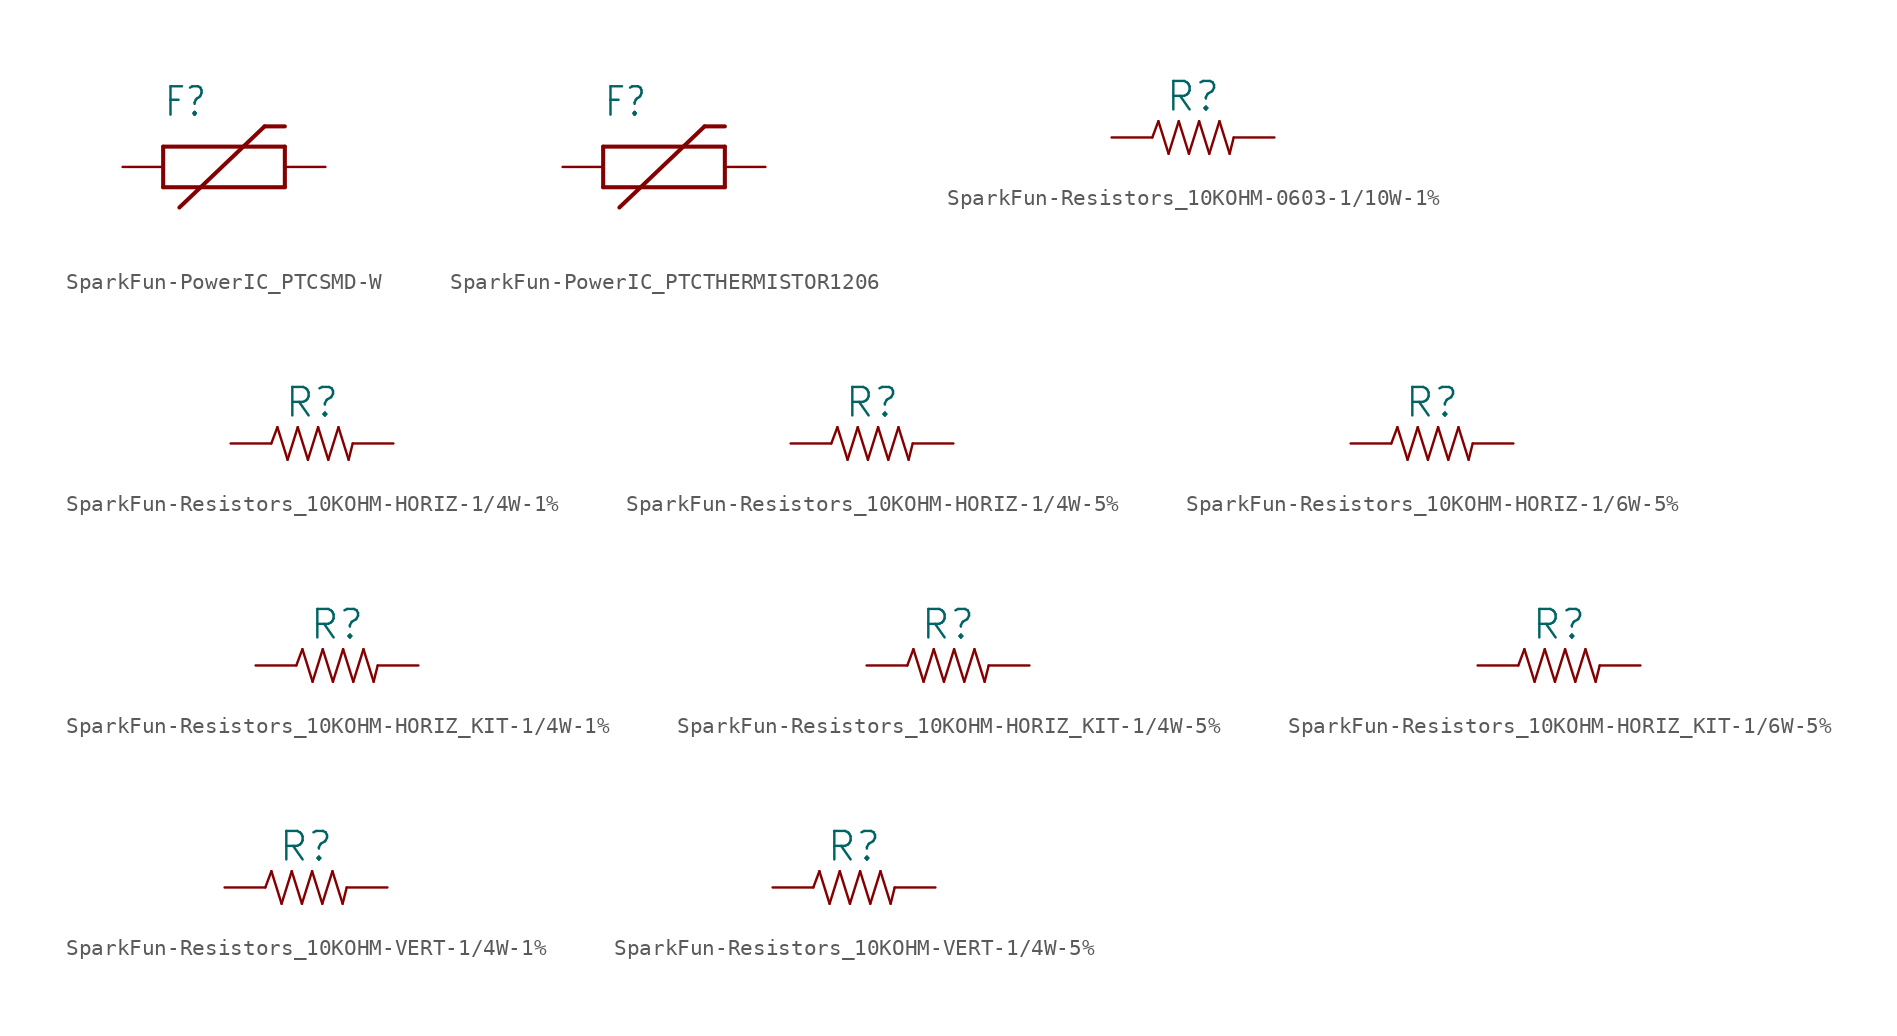
<source format=kicad_sym>
(kicad_symbol_lib
  (version 20241209)
  (generator "kicad_symbol_editor")
  (generator_version "9.0")
  (symbol "SparkFun-PowerIC_PTCSMD-W"
    (property "Reference" "F"
      (at -2.54 3.048 0)
      (effects (font (size 1.778 1.511)) (justify left bottom)))
    (property "Value" ""
      (at -3.302 -5.08 0)
      (effects (font (size 1.778 1.511)) (justify left bottom)))
    (property "ki_locked" ""
      (at 0 0 0)
      (effects (font (size 1.27 1.27))))
    (symbol "SparkFun-PowerIC_PTCSMD-W_1_0"
      (polyline (pts (xy -2.54 1.27) (xy 5.08 1.27)) (stroke (width 0.254) (type solid)) (fill (type none)))
      (polyline (pts (xy -2.54 -1.27) (xy -2.54 1.27)) (stroke (width 0.254) (type solid)) (fill (type none)))
      (polyline (pts (xy -1.524 -2.54) (xy 3.81 2.54)) (stroke (width 0.254) (type solid)) (fill (type none)))
      (polyline (pts (xy 3.81 2.54) (xy 5.08 2.54)) (stroke (width 0.254) (type solid)) (fill (type none)))
      (polyline (pts (xy 5.08 1.27) (xy 5.08 -1.27)) (stroke (width 0.254) (type solid)) (fill (type none)))
      (polyline (pts (xy 5.08 -1.27) (xy -2.54 -1.27)) (stroke (width 0.254) (type solid)) (fill (type none)))
      (pin bidirectional line (at -5.08 0 0) (length 2.54) (name "1" (effects (font (size 0 0)))) (number "1" (effects (font (size 0 0)))))
      (pin bidirectional line (at 7.62 0 180) (length 2.54) (name "2" (effects (font (size 0 0)))) (number "2" (effects (font (size 0 0)))))))
  (symbol "SparkFun-PowerIC_PTCTHERMISTOR1206"
    (property "Reference" "F"
      (at -2.54 3.048 0)
      (effects (font (size 1.778 1.511)) (justify left bottom)))
    (property "Value" ""
      (at -3.302 -5.08 0)
      (effects (font (size 1.778 1.511)) (justify left bottom)))
    (property "ki_locked" ""
      (at 0 0 0)
      (effects (font (size 1.27 1.27))))
    (symbol "SparkFun-PowerIC_PTCTHERMISTOR1206_1_0"
      (polyline (pts (xy -2.54 1.27) (xy 5.08 1.27)) (stroke (width 0.254) (type solid)) (fill (type none)))
      (polyline (pts (xy -2.54 -1.27) (xy -2.54 1.27)) (stroke (width 0.254) (type solid)) (fill (type none)))
      (polyline (pts (xy -1.524 -2.54) (xy 3.81 2.54)) (stroke (width 0.254) (type solid)) (fill (type none)))
      (polyline (pts (xy 3.81 2.54) (xy 5.08 2.54)) (stroke (width 0.254) (type solid)) (fill (type none)))
      (polyline (pts (xy 5.08 1.27) (xy 5.08 -1.27)) (stroke (width 0.254) (type solid)) (fill (type none)))
      (polyline (pts (xy 5.08 -1.27) (xy -2.54 -1.27)) (stroke (width 0.254) (type solid)) (fill (type none)))
      (pin bidirectional line (at -5.08 0 0) (length 2.54) (name "1" (effects (font (size 0 0)))) (number "1" (effects (font (size 0 0)))))
      (pin bidirectional line (at 7.62 0 180) (length 2.54) (name "2" (effects (font (size 0 0)))) (number "2" (effects (font (size 0 0)))))))
  (symbol "SparkFun-Resistors_10KOHM-0603-1/10W-1%"
    (property "Reference" "R"
      (at 0 1.524 0)
      (effects (font (size 1.778 1.778)) (justify bottom)))
    (property "Value" ""
      (at 0 -1.524 0)
      (effects (font (size 1.778 1.778)) (justify top)))
    (property "ki_locked" ""
      (at 0 0 0)
      (effects (font (size 1.27 1.27))))
    (symbol "SparkFun-Resistors_10KOHM-0603-1/10W-1%_1_0"
      (polyline (pts (xy -2.54 0) (xy -2.159 1.016)) (stroke (width 0.152) (type solid)) (fill (type none)))
      (polyline (pts (xy -2.159 1.016) (xy -1.524 -1.016)) (stroke (width 0.152) (type solid)) (fill (type none)))
      (polyline (pts (xy -1.524 -1.016) (xy -0.889 1.016)) (stroke (width 0.152) (type solid)) (fill (type none)))
      (polyline (pts (xy -0.889 1.016) (xy -0.254 -1.016)) (stroke (width 0.152) (type solid)) (fill (type none)))
      (polyline (pts (xy -0.254 -1.016) (xy 0.381 1.016)) (stroke (width 0.152) (type solid)) (fill (type none)))
      (polyline (pts (xy 0.381 1.016) (xy 1.016 -1.016)) (stroke (width 0.152) (type solid)) (fill (type none)))
      (polyline (pts (xy 1.016 -1.016) (xy 1.651 1.016)) (stroke (width 0.152) (type solid)) (fill (type none)))
      (polyline (pts (xy 1.651 1.016) (xy 2.286 -1.016)) (stroke (width 0.152) (type solid)) (fill (type none)))
      (polyline (pts (xy 2.286 -1.016) (xy 2.54 0)) (stroke (width 0.152) (type solid)) (fill (type none)))
      (pin passive line (at -5.08 0 0) (length 2.54) (name "1" (effects (font (size 0 0)))) (number "1" (effects (font (size 0 0)))))
      (pin passive line (at 5.08 0 180) (length 2.54) (name "2" (effects (font (size 0 0)))) (number "2" (effects (font (size 0 0)))))))
  (symbol "SparkFun-Resistors_10KOHM-HORIZ-1/4W-1%"
    (property "Reference" "R"
      (at 0 1.524 0)
      (effects (font (size 1.778 1.778)) (justify bottom)))
    (property "Value" ""
      (at 0 -1.524 0)
      (effects (font (size 1.778 1.778)) (justify top)))
    (property "ki_locked" ""
      (at 0 0 0)
      (effects (font (size 1.27 1.27))))
    (symbol "SparkFun-Resistors_10KOHM-HORIZ-1/4W-1%_1_0"
      (polyline (pts (xy -2.54 0) (xy -2.159 1.016)) (stroke (width 0.152) (type solid)) (fill (type none)))
      (polyline (pts (xy -2.159 1.016) (xy -1.524 -1.016)) (stroke (width 0.152) (type solid)) (fill (type none)))
      (polyline (pts (xy -1.524 -1.016) (xy -0.889 1.016)) (stroke (width 0.152) (type solid)) (fill (type none)))
      (polyline (pts (xy -0.889 1.016) (xy -0.254 -1.016)) (stroke (width 0.152) (type solid)) (fill (type none)))
      (polyline (pts (xy -0.254 -1.016) (xy 0.381 1.016)) (stroke (width 0.152) (type solid)) (fill (type none)))
      (polyline (pts (xy 0.381 1.016) (xy 1.016 -1.016)) (stroke (width 0.152) (type solid)) (fill (type none)))
      (polyline (pts (xy 1.016 -1.016) (xy 1.651 1.016)) (stroke (width 0.152) (type solid)) (fill (type none)))
      (polyline (pts (xy 1.651 1.016) (xy 2.286 -1.016)) (stroke (width 0.152) (type solid)) (fill (type none)))
      (polyline (pts (xy 2.286 -1.016) (xy 2.54 0)) (stroke (width 0.152) (type solid)) (fill (type none)))
      (pin passive line (at -5.08 0 0) (length 2.54) (name "1" (effects (font (size 0 0)))) (number "P$1" (effects (font (size 0 0)))))
      (pin passive line (at 5.08 0 180) (length 2.54) (name "2" (effects (font (size 0 0)))) (number "P$2" (effects (font (size 0 0)))))))
  (symbol "SparkFun-Resistors_10KOHM-HORIZ-1/4W-5%"
    (property "Reference" "R"
      (at 0 1.524 0)
      (effects (font (size 1.778 1.778)) (justify bottom)))
    (property "Value" ""
      (at 0 -1.524 0)
      (effects (font (size 1.778 1.778)) (justify top)))
    (property "ki_locked" ""
      (at 0 0 0)
      (effects (font (size 1.27 1.27))))
    (symbol "SparkFun-Resistors_10KOHM-HORIZ-1/4W-5%_1_0"
      (polyline (pts (xy -2.54 0) (xy -2.159 1.016)) (stroke (width 0.152) (type solid)) (fill (type none)))
      (polyline (pts (xy -2.159 1.016) (xy -1.524 -1.016)) (stroke (width 0.152) (type solid)) (fill (type none)))
      (polyline (pts (xy -1.524 -1.016) (xy -0.889 1.016)) (stroke (width 0.152) (type solid)) (fill (type none)))
      (polyline (pts (xy -0.889 1.016) (xy -0.254 -1.016)) (stroke (width 0.152) (type solid)) (fill (type none)))
      (polyline (pts (xy -0.254 -1.016) (xy 0.381 1.016)) (stroke (width 0.152) (type solid)) (fill (type none)))
      (polyline (pts (xy 0.381 1.016) (xy 1.016 -1.016)) (stroke (width 0.152) (type solid)) (fill (type none)))
      (polyline (pts (xy 1.016 -1.016) (xy 1.651 1.016)) (stroke (width 0.152) (type solid)) (fill (type none)))
      (polyline (pts (xy 1.651 1.016) (xy 2.286 -1.016)) (stroke (width 0.152) (type solid)) (fill (type none)))
      (polyline (pts (xy 2.286 -1.016) (xy 2.54 0)) (stroke (width 0.152) (type solid)) (fill (type none)))
      (pin passive line (at -5.08 0 0) (length 2.54) (name "1" (effects (font (size 0 0)))) (number "P$1" (effects (font (size 0 0)))))
      (pin passive line (at 5.08 0 180) (length 2.54) (name "2" (effects (font (size 0 0)))) (number "P$2" (effects (font (size 0 0)))))))
  (symbol "SparkFun-Resistors_10KOHM-HORIZ-1/6W-5%"
    (property "Reference" "R"
      (at 0 1.524 0)
      (effects (font (size 1.778 1.778)) (justify bottom)))
    (property "Value" ""
      (at 0 -1.524 0)
      (effects (font (size 1.778 1.778)) (justify top)))
    (property "ki_locked" ""
      (at 0 0 0)
      (effects (font (size 1.27 1.27))))
    (symbol "SparkFun-Resistors_10KOHM-HORIZ-1/6W-5%_1_0"
      (polyline (pts (xy -2.54 0) (xy -2.159 1.016)) (stroke (width 0.152) (type solid)) (fill (type none)))
      (polyline (pts (xy -2.159 1.016) (xy -1.524 -1.016)) (stroke (width 0.152) (type solid)) (fill (type none)))
      (polyline (pts (xy -1.524 -1.016) (xy -0.889 1.016)) (stroke (width 0.152) (type solid)) (fill (type none)))
      (polyline (pts (xy -0.889 1.016) (xy -0.254 -1.016)) (stroke (width 0.152) (type solid)) (fill (type none)))
      (polyline (pts (xy -0.254 -1.016) (xy 0.381 1.016)) (stroke (width 0.152) (type solid)) (fill (type none)))
      (polyline (pts (xy 0.381 1.016) (xy 1.016 -1.016)) (stroke (width 0.152) (type solid)) (fill (type none)))
      (polyline (pts (xy 1.016 -1.016) (xy 1.651 1.016)) (stroke (width 0.152) (type solid)) (fill (type none)))
      (polyline (pts (xy 1.651 1.016) (xy 2.286 -1.016)) (stroke (width 0.152) (type solid)) (fill (type none)))
      (polyline (pts (xy 2.286 -1.016) (xy 2.54 0)) (stroke (width 0.152) (type solid)) (fill (type none)))
      (pin passive line (at -5.08 0 0) (length 2.54) (name "1" (effects (font (size 0 0)))) (number "P$1" (effects (font (size 0 0)))))
      (pin passive line (at 5.08 0 180) (length 2.54) (name "2" (effects (font (size 0 0)))) (number "P$2" (effects (font (size 0 0)))))))
  (symbol "SparkFun-Resistors_10KOHM-HORIZ_KIT-1/4W-1%"
    (property "Reference" "R"
      (at 0 1.524 0)
      (effects (font (size 1.778 1.778)) (justify bottom)))
    (property "Value" ""
      (at 0 -1.524 0)
      (effects (font (size 1.778 1.778)) (justify top)))
    (property "ki_locked" ""
      (at 0 0 0)
      (effects (font (size 1.27 1.27))))
    (symbol "SparkFun-Resistors_10KOHM-HORIZ_KIT-1/4W-1%_1_0"
      (polyline (pts (xy -2.54 0) (xy -2.159 1.016)) (stroke (width 0.152) (type solid)) (fill (type none)))
      (polyline (pts (xy -2.159 1.016) (xy -1.524 -1.016)) (stroke (width 0.152) (type solid)) (fill (type none)))
      (polyline (pts (xy -1.524 -1.016) (xy -0.889 1.016)) (stroke (width 0.152) (type solid)) (fill (type none)))
      (polyline (pts (xy -0.889 1.016) (xy -0.254 -1.016)) (stroke (width 0.152) (type solid)) (fill (type none)))
      (polyline (pts (xy -0.254 -1.016) (xy 0.381 1.016)) (stroke (width 0.152) (type solid)) (fill (type none)))
      (polyline (pts (xy 0.381 1.016) (xy 1.016 -1.016)) (stroke (width 0.152) (type solid)) (fill (type none)))
      (polyline (pts (xy 1.016 -1.016) (xy 1.651 1.016)) (stroke (width 0.152) (type solid)) (fill (type none)))
      (polyline (pts (xy 1.651 1.016) (xy 2.286 -1.016)) (stroke (width 0.152) (type solid)) (fill (type none)))
      (polyline (pts (xy 2.286 -1.016) (xy 2.54 0)) (stroke (width 0.152) (type solid)) (fill (type none)))
      (pin passive line (at -5.08 0 0) (length 2.54) (name "1" (effects (font (size 0 0)))) (number "P$1" (effects (font (size 0 0)))))
      (pin passive line (at 5.08 0 180) (length 2.54) (name "2" (effects (font (size 0 0)))) (number "P$2" (effects (font (size 0 0)))))))
  (symbol "SparkFun-Resistors_10KOHM-HORIZ_KIT-1/4W-5%"
    (property "Reference" "R"
      (at 0 1.524 0)
      (effects (font (size 1.778 1.778)) (justify bottom)))
    (property "Value" ""
      (at 0 -1.524 0)
      (effects (font (size 1.778 1.778)) (justify top)))
    (property "ki_locked" ""
      (at 0 0 0)
      (effects (font (size 1.27 1.27))))
    (symbol "SparkFun-Resistors_10KOHM-HORIZ_KIT-1/4W-5%_1_0"
      (polyline (pts (xy -2.54 0) (xy -2.159 1.016)) (stroke (width 0.152) (type solid)) (fill (type none)))
      (polyline (pts (xy -2.159 1.016) (xy -1.524 -1.016)) (stroke (width 0.152) (type solid)) (fill (type none)))
      (polyline (pts (xy -1.524 -1.016) (xy -0.889 1.016)) (stroke (width 0.152) (type solid)) (fill (type none)))
      (polyline (pts (xy -0.889 1.016) (xy -0.254 -1.016)) (stroke (width 0.152) (type solid)) (fill (type none)))
      (polyline (pts (xy -0.254 -1.016) (xy 0.381 1.016)) (stroke (width 0.152) (type solid)) (fill (type none)))
      (polyline (pts (xy 0.381 1.016) (xy 1.016 -1.016)) (stroke (width 0.152) (type solid)) (fill (type none)))
      (polyline (pts (xy 1.016 -1.016) (xy 1.651 1.016)) (stroke (width 0.152) (type solid)) (fill (type none)))
      (polyline (pts (xy 1.651 1.016) (xy 2.286 -1.016)) (stroke (width 0.152) (type solid)) (fill (type none)))
      (polyline (pts (xy 2.286 -1.016) (xy 2.54 0)) (stroke (width 0.152) (type solid)) (fill (type none)))
      (pin passive line (at -5.08 0 0) (length 2.54) (name "1" (effects (font (size 0 0)))) (number "P$1" (effects (font (size 0 0)))))
      (pin passive line (at 5.08 0 180) (length 2.54) (name "2" (effects (font (size 0 0)))) (number "P$2" (effects (font (size 0 0)))))))
  (symbol "SparkFun-Resistors_10KOHM-HORIZ_KIT-1/6W-5%"
    (property "Reference" "R"
      (at 0 1.524 0)
      (effects (font (size 1.778 1.778)) (justify bottom)))
    (property "Value" ""
      (at 0 -1.524 0)
      (effects (font (size 1.778 1.778)) (justify top)))
    (property "ki_locked" ""
      (at 0 0 0)
      (effects (font (size 1.27 1.27))))
    (symbol "SparkFun-Resistors_10KOHM-HORIZ_KIT-1/6W-5%_1_0"
      (polyline (pts (xy -2.54 0) (xy -2.159 1.016)) (stroke (width 0.152) (type solid)) (fill (type none)))
      (polyline (pts (xy -2.159 1.016) (xy -1.524 -1.016)) (stroke (width 0.152) (type solid)) (fill (type none)))
      (polyline (pts (xy -1.524 -1.016) (xy -0.889 1.016)) (stroke (width 0.152) (type solid)) (fill (type none)))
      (polyline (pts (xy -0.889 1.016) (xy -0.254 -1.016)) (stroke (width 0.152) (type solid)) (fill (type none)))
      (polyline (pts (xy -0.254 -1.016) (xy 0.381 1.016)) (stroke (width 0.152) (type solid)) (fill (type none)))
      (polyline (pts (xy 0.381 1.016) (xy 1.016 -1.016)) (stroke (width 0.152) (type solid)) (fill (type none)))
      (polyline (pts (xy 1.016 -1.016) (xy 1.651 1.016)) (stroke (width 0.152) (type solid)) (fill (type none)))
      (polyline (pts (xy 1.651 1.016) (xy 2.286 -1.016)) (stroke (width 0.152) (type solid)) (fill (type none)))
      (polyline (pts (xy 2.286 -1.016) (xy 2.54 0)) (stroke (width 0.152) (type solid)) (fill (type none)))
      (pin passive line (at -5.08 0 0) (length 2.54) (name "1" (effects (font (size 0 0)))) (number "P$1" (effects (font (size 0 0)))))
      (pin passive line (at 5.08 0 180) (length 2.54) (name "2" (effects (font (size 0 0)))) (number "P$2" (effects (font (size 0 0)))))))
  (symbol "SparkFun-Resistors_10KOHM-VERT-1/4W-1%"
    (property "Reference" "R"
      (at 0 1.524 0)
      (effects (font (size 1.778 1.778)) (justify bottom)))
    (property "Value" ""
      (at 0 -1.524 0)
      (effects (font (size 1.778 1.778)) (justify top)))
    (property "ki_locked" ""
      (at 0 0 0)
      (effects (font (size 1.27 1.27))))
    (symbol "SparkFun-Resistors_10KOHM-VERT-1/4W-1%_1_0"
      (polyline (pts (xy -2.54 0) (xy -2.159 1.016)) (stroke (width 0.152) (type solid)) (fill (type none)))
      (polyline (pts (xy -2.159 1.016) (xy -1.524 -1.016)) (stroke (width 0.152) (type solid)) (fill (type none)))
      (polyline (pts (xy -1.524 -1.016) (xy -0.889 1.016)) (stroke (width 0.152) (type solid)) (fill (type none)))
      (polyline (pts (xy -0.889 1.016) (xy -0.254 -1.016)) (stroke (width 0.152) (type solid)) (fill (type none)))
      (polyline (pts (xy -0.254 -1.016) (xy 0.381 1.016)) (stroke (width 0.152) (type solid)) (fill (type none)))
      (polyline (pts (xy 0.381 1.016) (xy 1.016 -1.016)) (stroke (width 0.152) (type solid)) (fill (type none)))
      (polyline (pts (xy 1.016 -1.016) (xy 1.651 1.016)) (stroke (width 0.152) (type solid)) (fill (type none)))
      (polyline (pts (xy 1.651 1.016) (xy 2.286 -1.016)) (stroke (width 0.152) (type solid)) (fill (type none)))
      (polyline (pts (xy 2.286 -1.016) (xy 2.54 0)) (stroke (width 0.152) (type solid)) (fill (type none)))
      (pin passive line (at -5.08 0 0) (length 2.54) (name "1" (effects (font (size 0 0)))) (number "P$1" (effects (font (size 0 0)))))
      (pin passive line (at 5.08 0 180) (length 2.54) (name "2" (effects (font (size 0 0)))) (number "P$2" (effects (font (size 0 0)))))))
  (symbol "SparkFun-Resistors_10KOHM-VERT-1/4W-5%"
    (property "Reference" "R"
      (at 0 1.524 0)
      (effects (font (size 1.778 1.778)) (justify bottom)))
    (property "Value" ""
      (at 0 -1.524 0)
      (effects (font (size 1.778 1.778)) (justify top)))
    (property "ki_locked" ""
      (at 0 0 0)
      (effects (font (size 1.27 1.27))))
    (symbol "SparkFun-Resistors_10KOHM-VERT-1/4W-5%_1_0"
      (polyline (pts (xy -2.54 0) (xy -2.159 1.016)) (stroke (width 0.152) (type solid)) (fill (type none)))
      (polyline (pts (xy -2.159 1.016) (xy -1.524 -1.016)) (stroke (width 0.152) (type solid)) (fill (type none)))
      (polyline (pts (xy -1.524 -1.016) (xy -0.889 1.016)) (stroke (width 0.152) (type solid)) (fill (type none)))
      (polyline (pts (xy -0.889 1.016) (xy -0.254 -1.016)) (stroke (width 0.152) (type solid)) (fill (type none)))
      (polyline (pts (xy -0.254 -1.016) (xy 0.381 1.016)) (stroke (width 0.152) (type solid)) (fill (type none)))
      (polyline (pts (xy 0.381 1.016) (xy 1.016 -1.016)) (stroke (width 0.152) (type solid)) (fill (type none)))
      (polyline (pts (xy 1.016 -1.016) (xy 1.651 1.016)) (stroke (width 0.152) (type solid)) (fill (type none)))
      (polyline (pts (xy 1.651 1.016) (xy 2.286 -1.016)) (stroke (width 0.152) (type solid)) (fill (type none)))
      (polyline (pts (xy 2.286 -1.016) (xy 2.54 0)) (stroke (width 0.152) (type solid)) (fill (type none)))
      (pin passive line (at -5.08 0 0) (length 2.54) (name "1" (effects (font (size 0 0)))) (number "P$1" (effects (font (size 0 0)))))
      (pin passive line (at 5.08 0 180) (length 2.54) (name "2" (effects (font (size 0 0)))) (number "P$2" (effects (font (size 0 0))))))))
</source>
